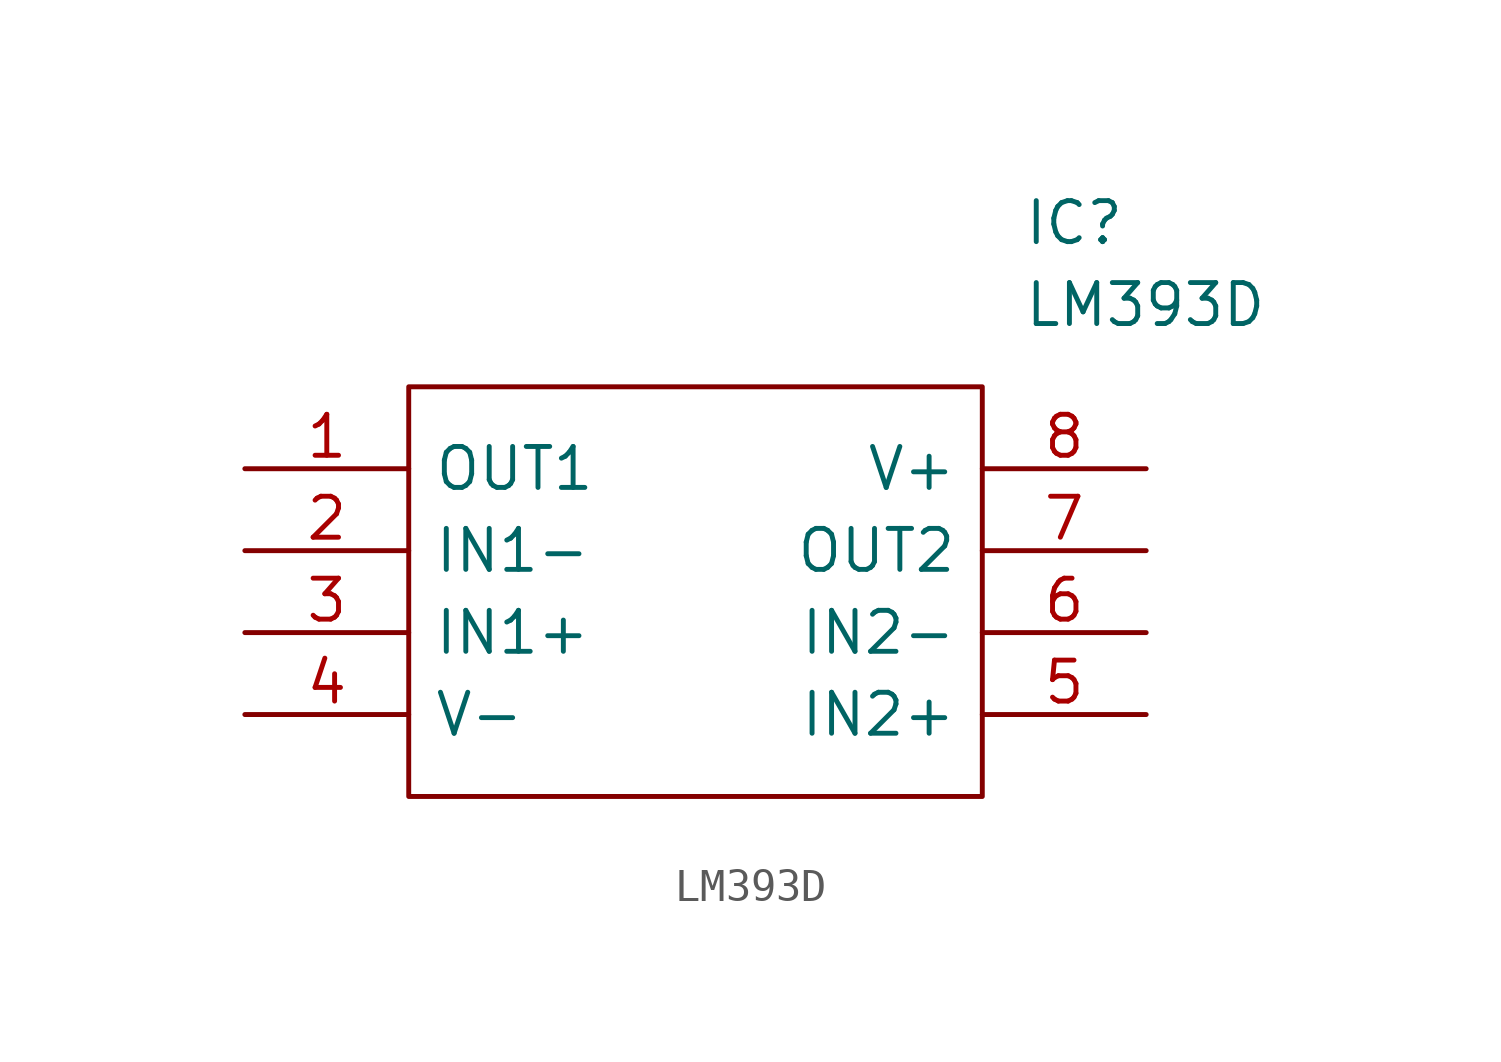
<source format=kicad_sym>
(kicad_symbol_lib
  (version 20211014)
  (generator kicad_symbol_editor)
  (symbol "LM393D"
    (pin_names
      (offset 0.762))
    (property "Reference" "IC"
      (at 24.13 7.62 0)
      (effects (font (size 1.27 1.27)) (justify left)))
    (property "Value" "LM393D"
      (at 24.13 5.08 0)
      (effects (font (size 1.27 1.27)) (justify left)))
    (symbol "LM393D_0_0"
      (pin passive line (at 0 0 0) (length 5.08) (name "OUT1" (effects (font (size 1.27 1.27)))) (number "1" (effects (font (size 1.27 1.27)))))
      (pin passive line (at 0 -2.54 0) (length 5.08) (name "IN1-" (effects (font (size 1.27 1.27)))) (number "2" (effects (font (size 1.27 1.27)))))
      (pin passive line (at 0 -5.08 0) (length 5.08) (name "IN1+" (effects (font (size 1.27 1.27)))) (number "3" (effects (font (size 1.27 1.27)))))
      (pin passive line (at 0 -7.62 0) (length 5.08) (name "V-" (effects (font (size 1.27 1.27)))) (number "4" (effects (font (size 1.27 1.27)))))
      (pin passive line (at 27.94 -7.62 180) (length 5.08) (name "IN2+" (effects (font (size 1.27 1.27)))) (number "5" (effects (font (size 1.27 1.27)))))
      (pin passive line (at 27.94 -5.08 180) (length 5.08) (name "IN2-" (effects (font (size 1.27 1.27)))) (number "6" (effects (font (size 1.27 1.27)))))
      (pin passive line (at 27.94 -2.54 180) (length 5.08) (name "OUT2" (effects (font (size 1.27 1.27)))) (number "7" (effects (font (size 1.27 1.27)))))
      (pin passive line (at 27.94 0 180) (length 5.08) (name "V+" (effects (font (size 1.27 1.27)))) (number "8" (effects (font (size 1.27 1.27))))))
    (symbol "LM393D_0_1"
      (polyline (pts (xy 5.08 2.54) (xy 22.86 2.54) (xy 22.86 -10.16) (xy 5.08 -10.16) (xy 5.08 2.54)) (stroke (width 0.152) (type default) (color 0 0 0 0)) (fill (type none))))))
</source>
